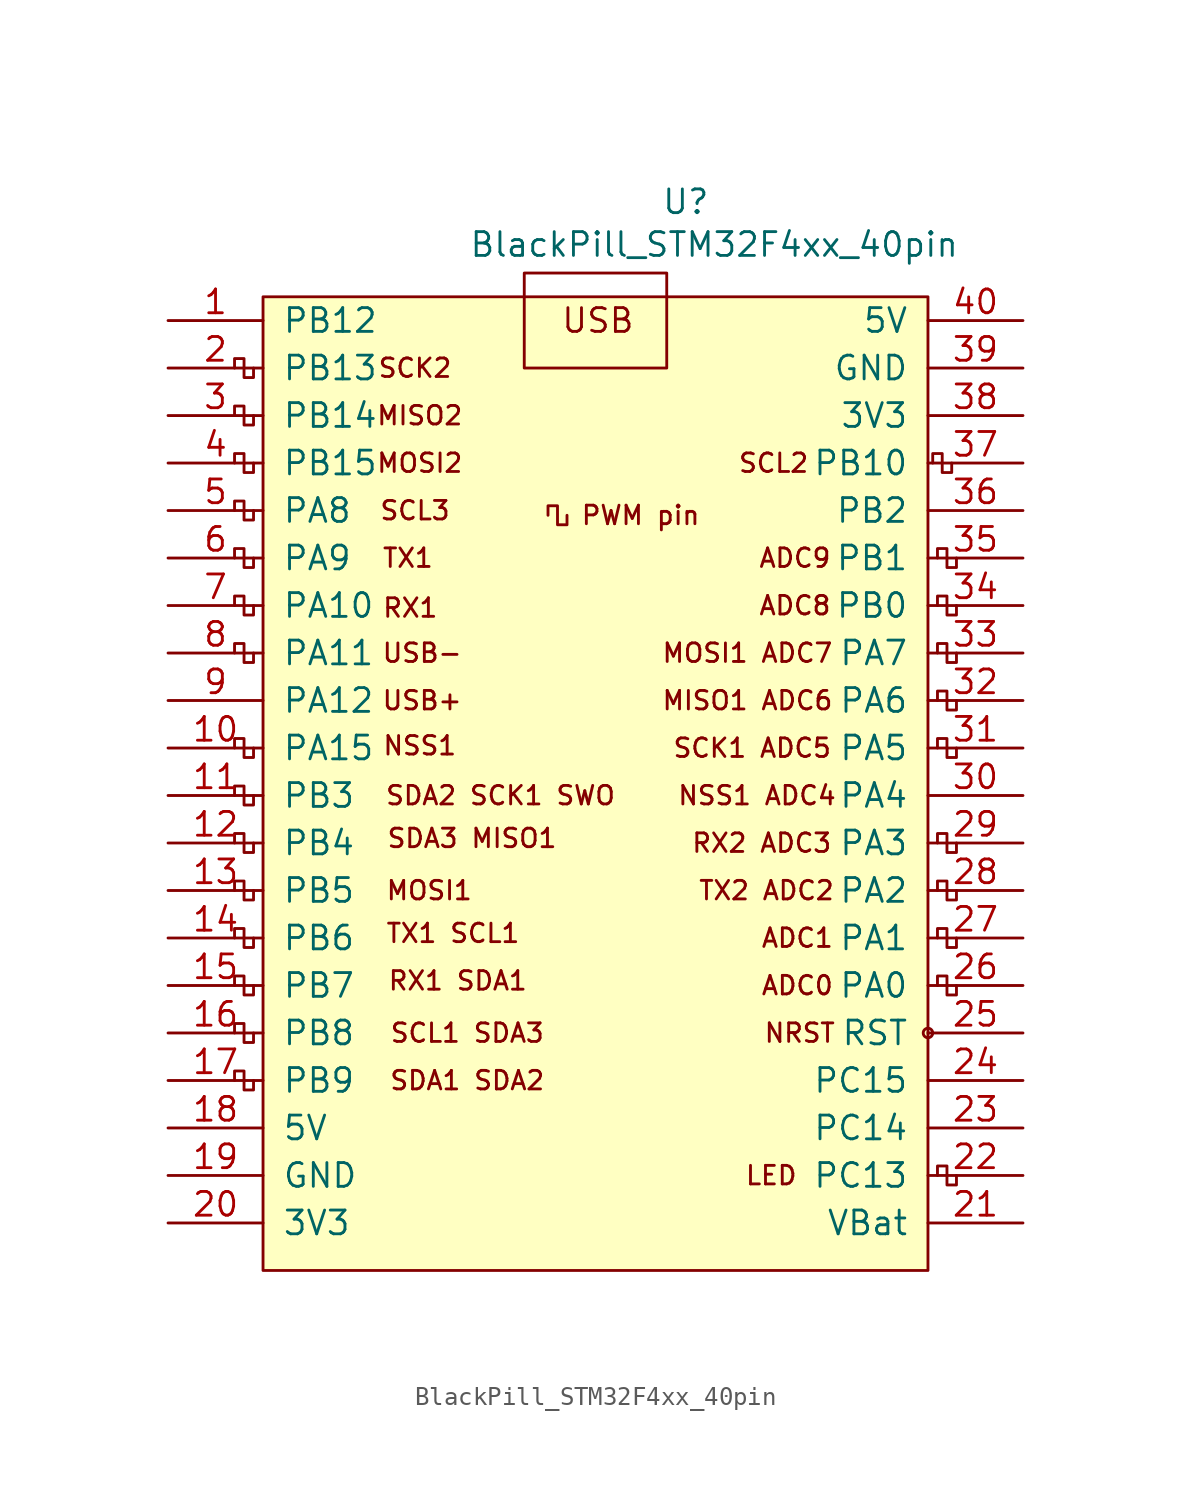
<source format=kicad_sym>
(kicad_symbol_lib
  (version 20231120)
  (generator "kicad_symbol_editor")
  (generator_version "8.0")
  (symbol "BlackPill_STM32F4xx_40pin"
    (pin_names
      (offset 1.016))
    (property "Reference" "U"
      (at 4.826 26.67 0)
      (effects (font (size 1.27 1.27))))
    (property "Value" "BlackPill_STM32F4xx_40pin"
      (at 6.35 24.384 0)
      (effects (font (size 1.27 1.27))))
    (symbol "BlackPill_STM32F4xx_40pin_0_0"
      (circle (center 17.78 -17.78) (radius 0.254) (stroke (width 0) (type solid)) (fill (type none)))
      (text "ADC0" (at 10.795 -15.24 0) (effects (font (size 0.991 0.991))))
      (text "ADC1" (at 10.795 -12.7 0) (effects (font (size 0.991 0.991))))
      (text "ADC8" (at 10.668 5.08 0) (effects (font (size 0.991 0.991))))
      (text "LED" (at 9.398 -25.4 0) (effects (font (size 0.991 0.991))))
      (text "NSS1" (at -9.398 -2.413 0) (effects (font (size 0.991 0.991))))
      (text "PWM pin" (at 2.413 9.906 0) (effects (font (size 0.991 0.991))))
      (text "RX1" (at -9.906 4.953 0) (effects (font (size 0.991 0.991))))
      (text "TX1" (at -10.033 7.62 0) (effects (font (size 0.991 0.991))))
      (text "USB" (at 0.127 20.32 0) (effects (font (size 1.27 1.27))))
      (text "USB+" (at -9.271 0 0) (effects (font (size 0.991 0.991))))
      (text "USB-" (at -9.271 2.54 0) (effects (font (size 0.991 0.991)))))
    (symbol "BlackPill_STM32F4xx_40pin_0_1"
      (rectangle (start -17.78 21.59) (end 17.78 -30.48) (stroke (width 0) (type solid)) (fill (type background)))
      (rectangle (start -3.81 22.86) (end 3.81 17.78) (stroke (width 0) (type solid)) (fill (type none)))
      (polyline (pts (xy -18.288 -20.32) (xy -18.288 -20.828) (xy -18.796 -20.828) (xy -18.796 -19.812) (xy -19.304 -19.812) (xy -19.304 -20.32)) (stroke (width 0) (type solid)) (fill (type none)))
      (polyline (pts (xy -18.288 -17.78) (xy -18.288 -18.288) (xy -18.796 -18.288) (xy -18.796 -17.272) (xy -19.304 -17.272) (xy -19.304 -17.78)) (stroke (width 0) (type solid)) (fill (type none)))
      (polyline (pts (xy -18.288 -15.24) (xy -18.288 -15.748) (xy -18.796 -15.748) (xy -18.796 -14.732) (xy -19.304 -14.732) (xy -19.304 -15.24)) (stroke (width 0) (type solid)) (fill (type none)))
      (polyline (pts (xy -18.288 -12.7) (xy -18.288 -13.208) (xy -18.796 -13.208) (xy -18.796 -12.192) (xy -19.304 -12.192) (xy -19.304 -12.7)) (stroke (width 0) (type solid)) (fill (type none)))
      (polyline (pts (xy -18.288 -10.16) (xy -18.288 -10.668) (xy -18.796 -10.668) (xy -18.796 -9.652) (xy -19.304 -9.652) (xy -19.304 -10.16)) (stroke (width 0) (type solid)) (fill (type none)))
      (polyline (pts (xy -18.288 -7.62) (xy -18.288 -8.128) (xy -18.796 -8.128) (xy -18.796 -7.112) (xy -19.304 -7.112) (xy -19.304 -7.62)) (stroke (width 0) (type solid)) (fill (type none)))
      (polyline (pts (xy -18.288 -5.08) (xy -18.288 -5.588) (xy -18.796 -5.588) (xy -18.796 -4.572) (xy -19.304 -4.572) (xy -19.304 -5.08)) (stroke (width 0) (type solid)) (fill (type none)))
      (polyline (pts (xy -18.288 -2.54) (xy -18.288 -3.048) (xy -18.796 -3.048) (xy -18.796 -2.032) (xy -19.304 -2.032) (xy -19.304 -2.54)) (stroke (width 0) (type solid)) (fill (type none)))
      (polyline (pts (xy -18.288 2.54) (xy -18.288 2.032) (xy -18.796 2.032) (xy -18.796 3.048) (xy -19.304 3.048) (xy -19.304 2.54)) (stroke (width 0) (type solid)) (fill (type none)))
      (polyline (pts (xy -18.288 5.08) (xy -18.288 4.572) (xy -18.796 4.572) (xy -18.796 5.588) (xy -19.304 5.588) (xy -19.304 5.08)) (stroke (width 0) (type solid)) (fill (type none)))
      (polyline (pts (xy -18.288 7.62) (xy -18.288 7.112) (xy -18.796 7.112) (xy -18.796 8.128) (xy -19.304 8.128) (xy -19.304 7.62)) (stroke (width 0) (type solid)) (fill (type none)))
      (polyline (pts (xy -18.288 10.16) (xy -18.288 9.652) (xy -18.796 9.652) (xy -18.796 10.668) (xy -19.304 10.668) (xy -19.304 10.16)) (stroke (width 0) (type solid)) (fill (type none)))
      (polyline (pts (xy -18.288 12.7) (xy -18.288 12.192) (xy -18.796 12.192) (xy -18.796 13.208) (xy -19.304 13.208) (xy -19.304 12.7)) (stroke (width 0) (type solid)) (fill (type none)))
      (polyline (pts (xy -18.288 15.24) (xy -18.288 14.732) (xy -18.796 14.732) (xy -18.796 15.748) (xy -19.304 15.748) (xy -19.304 15.24)) (stroke (width 0) (type solid)) (fill (type none)))
      (polyline (pts (xy -18.288 17.78) (xy -18.288 17.272) (xy -18.796 17.272) (xy -18.796 18.288) (xy -19.304 18.288) (xy -19.304 17.78)) (stroke (width 0) (type solid)) (fill (type none)))
      (polyline (pts (xy -1.524 9.906) (xy -1.524 9.398) (xy -2.032 9.398) (xy -2.032 10.414) (xy -2.54 10.414) (xy -2.54 9.906)) (stroke (width 0) (type solid)) (fill (type none)))
      (polyline (pts (xy 18.288 -25.4) (xy 18.288 -24.892) (xy 18.796 -24.892) (xy 18.796 -25.908) (xy 19.304 -25.908) (xy 19.304 -25.4)) (stroke (width 0) (type solid)) (fill (type none)))
      (polyline (pts (xy 19.05 12.7) (xy 19.05 12.192) (xy 18.542 12.192) (xy 18.542 13.208) (xy 18.034 13.208) (xy 18.034 12.7)) (stroke (width 0) (type solid)) (fill (type none)))
      (polyline (pts (xy 19.304 -15.24) (xy 19.304 -15.748) (xy 18.796 -15.748) (xy 18.796 -14.732) (xy 18.288 -14.732) (xy 18.288 -15.24)) (stroke (width 0) (type solid)) (fill (type none)))
      (polyline (pts (xy 19.304 -12.7) (xy 19.304 -13.208) (xy 18.796 -13.208) (xy 18.796 -12.192) (xy 18.288 -12.192) (xy 18.288 -12.7)) (stroke (width 0) (type solid)) (fill (type none)))
      (polyline (pts (xy 19.304 -10.16) (xy 19.304 -10.668) (xy 18.796 -10.668) (xy 18.796 -9.652) (xy 18.288 -9.652) (xy 18.288 -10.16)) (stroke (width 0) (type solid)) (fill (type none)))
      (polyline (pts (xy 19.304 -7.62) (xy 19.304 -8.128) (xy 18.796 -8.128) (xy 18.796 -7.112) (xy 18.288 -7.112) (xy 18.288 -7.62)) (stroke (width 0) (type solid)) (fill (type none)))
      (polyline (pts (xy 19.304 -2.54) (xy 19.304 -3.048) (xy 18.796 -3.048) (xy 18.796 -2.032) (xy 18.288 -2.032) (xy 18.288 -2.54)) (stroke (width 0) (type solid)) (fill (type none)))
      (polyline (pts (xy 19.304 0) (xy 19.304 -0.508) (xy 18.796 -0.508) (xy 18.796 0.508) (xy 18.288 0.508) (xy 18.288 0)) (stroke (width 0) (type solid)) (fill (type none)))
      (polyline (pts (xy 19.304 2.54) (xy 19.304 2.032) (xy 18.796 2.032) (xy 18.796 3.048) (xy 18.288 3.048) (xy 18.288 2.54)) (stroke (width 0) (type solid)) (fill (type none)))
      (polyline (pts (xy 19.304 5.08) (xy 19.304 4.572) (xy 18.796 4.572) (xy 18.796 5.588) (xy 18.288 5.588) (xy 18.288 5.08)) (stroke (width 0) (type solid)) (fill (type none)))
      (polyline (pts (xy 19.304 7.62) (xy 19.304 7.112) (xy 18.796 7.112) (xy 18.796 8.128) (xy 18.288 8.128) (xy 18.288 7.62)) (stroke (width 0) (type solid)) (fill (type none))))
    (symbol "BlackPill_STM32F4xx_40pin_1_0"
      (text "ADC9" (at 10.668 7.62 0) (effects (font (size 0.991 0.991))))
      (text "MISO1 ADC6" (at 8.128 0 0) (effects (font (size 0.991 0.991))))
      (text "MISO2" (at -9.398 15.24 0) (effects (font (size 0.991 0.991))))
      (text "MOSI1" (at -8.89 -10.16 0) (effects (font (size 0.991 0.991))))
      (text "MOSI1 ADC7" (at 8.128 2.54 0) (effects (font (size 0.991 0.991))))
      (text "MOSI2" (at -9.398 12.7 0) (effects (font (size 0.991 0.991))))
      (text "NRST\n" (at 10.922 -17.78 0) (effects (font (size 0.991 0.991))))
      (text "NSS1 ADC4" (at 8.636 -5.08 0) (effects (font (size 0.991 0.991))))
      (text "RX1 SDA1" (at -7.366 -14.986 0) (effects (font (size 0.991 0.991))))
      (text "RX2 ADC3" (at 8.89 -7.62 0) (effects (font (size 0.991 0.991))))
      (text "SCK1 ADC5" (at 8.382 -2.54 0) (effects (font (size 0.991 0.991))))
      (text "SCK2" (at -9.652 17.78 0) (effects (font (size 0.991 0.991))))
      (text "SCL1 SDA3" (at -6.858 -17.78 0) (effects (font (size 0.991 0.991))))
      (text "SCL2" (at 9.525 12.7 0) (effects (font (size 0.991 0.991))))
      (text "SCL3" (at -9.652 10.16 0) (effects (font (size 0.991 0.991))))
      (text "SDA1 SDA2" (at -6.858 -20.32 0) (effects (font (size 0.991 0.991))))
      (text "SDA2 SCK1 SWO" (at -5.08 -5.08 0) (effects (font (size 0.991 0.991))))
      (text "SDA3 MISO1" (at -6.604 -7.366 0) (effects (font (size 0.991 0.991))))
      (text "TX1 SCL1" (at -7.62 -12.446 0) (effects (font (size 0.991 0.991))))
      (text "TX2 ADC2" (at 9.144 -10.16 0) (effects (font (size 0.991 0.991)))))
    (symbol "BlackPill_STM32F4xx_40pin_1_1"
      (pin bidirectional line (at -22.86 20.32 0) (length 5.08) (name "PB12" (effects (font (size 1.27 1.27)))) (number "1" (effects (font (size 1.27 1.27)))))
      (pin bidirectional line (at -22.86 -2.54 0) (length 5.08) (name "PA15" (effects (font (size 1.27 1.27)))) (number "10" (effects (font (size 1.27 1.27)))))
      (pin bidirectional line (at -22.86 -5.08 0) (length 5.08) (name "PB3" (effects (font (size 1.27 1.27)))) (number "11" (effects (font (size 1.27 1.27)))))
      (pin bidirectional line (at -22.86 -7.62 0) (length 5.08) (name "PB4" (effects (font (size 1.27 1.27)))) (number "12" (effects (font (size 1.27 1.27)))))
      (pin bidirectional line (at -22.86 -10.16 0) (length 5.08) (name "PB5" (effects (font (size 1.27 1.27)))) (number "13" (effects (font (size 1.27 1.27)))))
      (pin bidirectional line (at -22.86 -12.7 0) (length 5.08) (name "PB6" (effects (font (size 1.27 1.27)))) (number "14" (effects (font (size 1.27 1.27)))))
      (pin bidirectional line (at -22.86 -15.24 0) (length 5.08) (name "PB7" (effects (font (size 1.27 1.27)))) (number "15" (effects (font (size 1.27 1.27)))))
      (pin bidirectional line (at -22.86 -17.78 0) (length 5.08) (name "PB8" (effects (font (size 1.27 1.27)))) (number "16" (effects (font (size 1.27 1.27)))))
      (pin bidirectional line (at -22.86 -20.32 0) (length 5.08) (name "PB9" (effects (font (size 1.27 1.27)))) (number "17" (effects (font (size 1.27 1.27)))))
      (pin power_in line (at -22.86 -22.86 0) (length 5.08) (name "5V" (effects (font (size 1.27 1.27)))) (number "18" (effects (font (size 1.27 1.27)))))
      (pin power_in line (at -22.86 -25.4 0) (length 5.08) (name "GND" (effects (font (size 1.27 1.27)))) (number "19" (effects (font (size 1.27 1.27)))))
      (pin bidirectional line (at -22.86 17.78 0) (length 5.08) (name "PB13" (effects (font (size 1.27 1.27)))) (number "2" (effects (font (size 1.27 1.27)))))
      (pin power_in line (at -22.86 -27.94 0) (length 5.08) (name "3V3" (effects (font (size 1.27 1.27)))) (number "20" (effects (font (size 1.27 1.27)))))
      (pin power_in line (at 22.86 -27.94 180) (length 5.08) (name "VBat" (effects (font (size 1.27 1.27)))) (number "21" (effects (font (size 1.27 1.27)))))
      (pin bidirectional line (at 22.86 -25.4 180) (length 5.08) (name "PC13" (effects (font (size 1.27 1.27)))) (number "22" (effects (font (size 1.27 1.27)))))
      (pin bidirectional line (at 22.86 -22.86 180) (length 5.08) (name "PC14" (effects (font (size 1.27 1.27)))) (number "23" (effects (font (size 1.27 1.27)))))
      (pin bidirectional line (at 22.86 -20.32 180) (length 5.08) (name "PC15" (effects (font (size 1.27 1.27)))) (number "24" (effects (font (size 1.27 1.27)))))
      (pin input line (at 22.86 -17.78 180) (length 5.08) (name "RST" (effects (font (size 1.27 1.27)))) (number "25" (effects (font (size 1.27 1.27)))))
      (pin bidirectional line (at 22.86 -15.24 180) (length 5.08) (name "PA0" (effects (font (size 1.27 1.27)))) (number "26" (effects (font (size 1.27 1.27)))))
      (pin bidirectional line (at 22.86 -12.7 180) (length 5.08) (name "PA1" (effects (font (size 1.27 1.27)))) (number "27" (effects (font (size 1.27 1.27)))))
      (pin bidirectional line (at 22.86 -10.16 180) (length 5.08) (name "PA2" (effects (font (size 1.27 1.27)))) (number "28" (effects (font (size 1.27 1.27)))))
      (pin bidirectional line (at 22.86 -7.62 180) (length 5.08) (name "PA3" (effects (font (size 1.27 1.27)))) (number "29" (effects (font (size 1.27 1.27)))))
      (pin bidirectional line (at -22.86 15.24 0) (length 5.08) (name "PB14" (effects (font (size 1.27 1.27)))) (number "3" (effects (font (size 1.27 1.27)))))
      (pin bidirectional line (at 22.86 -5.08 180) (length 5.08) (name "PA4" (effects (font (size 1.27 1.27)))) (number "30" (effects (font (size 1.27 1.27)))))
      (pin bidirectional line (at 22.86 -2.54 180) (length 5.08) (name "PA5" (effects (font (size 1.27 1.27)))) (number "31" (effects (font (size 1.27 1.27)))))
      (pin bidirectional line (at 22.86 0 180) (length 5.08) (name "PA6" (effects (font (size 1.27 1.27)))) (number "32" (effects (font (size 1.27 1.27)))))
      (pin bidirectional line (at 22.86 2.54 180) (length 5.08) (name "PA7" (effects (font (size 1.27 1.27)))) (number "33" (effects (font (size 1.27 1.27)))))
      (pin bidirectional line (at 22.86 5.08 180) (length 5.08) (name "PB0" (effects (font (size 1.27 1.27)))) (number "34" (effects (font (size 1.27 1.27)))))
      (pin bidirectional line (at 22.86 7.62 180) (length 5.08) (name "PB1" (effects (font (size 1.27 1.27)))) (number "35" (effects (font (size 1.27 1.27)))))
      (pin bidirectional line (at 22.86 10.16 180) (length 5.08) (name "PB2" (effects (font (size 1.27 1.27)))) (number "36" (effects (font (size 1.27 1.27)))))
      (pin bidirectional line (at 22.86 12.7 180) (length 5.08) (name "PB10" (effects (font (size 1.27 1.27)))) (number "37" (effects (font (size 1.27 1.27)))))
      (pin power_in line (at 22.86 15.24 180) (length 5.08) (name "3V3" (effects (font (size 1.27 1.27)))) (number "38" (effects (font (size 1.27 1.27)))))
      (pin power_in line (at 22.86 17.78 180) (length 5.08) (name "GND" (effects (font (size 1.27 1.27)))) (number "39" (effects (font (size 1.27 1.27)))))
      (pin bidirectional line (at -22.86 12.7 0) (length 5.08) (name "PB15" (effects (font (size 1.27 1.27)))) (number "4" (effects (font (size 1.27 1.27)))))
      (pin power_in line (at 22.86 20.32 180) (length 5.08) (name "5V" (effects (font (size 1.27 1.27)))) (number "40" (effects (font (size 1.27 1.27)))))
      (pin bidirectional line (at -22.86 10.16 0) (length 5.08) (name "PA8" (effects (font (size 1.27 1.27)))) (number "5" (effects (font (size 1.27 1.27)))))
      (pin bidirectional line (at -22.86 7.62 0) (length 5.08) (name "PA9" (effects (font (size 1.27 1.27)))) (number "6" (effects (font (size 1.27 1.27)))))
      (pin bidirectional line (at -22.86 5.08 0) (length 5.08) (name "PA10" (effects (font (size 1.27 1.27)))) (number "7" (effects (font (size 1.27 1.27)))))
      (pin bidirectional line (at -22.86 2.54 0) (length 5.08) (name "PA11" (effects (font (size 1.27 1.27)))) (number "8" (effects (font (size 1.27 1.27)))))
      (pin bidirectional line (at -22.86 0 0) (length 5.08) (name "PA12" (effects (font (size 1.27 1.27)))) (number "9" (effects (font (size 1.27 1.27))))))))
</source>
